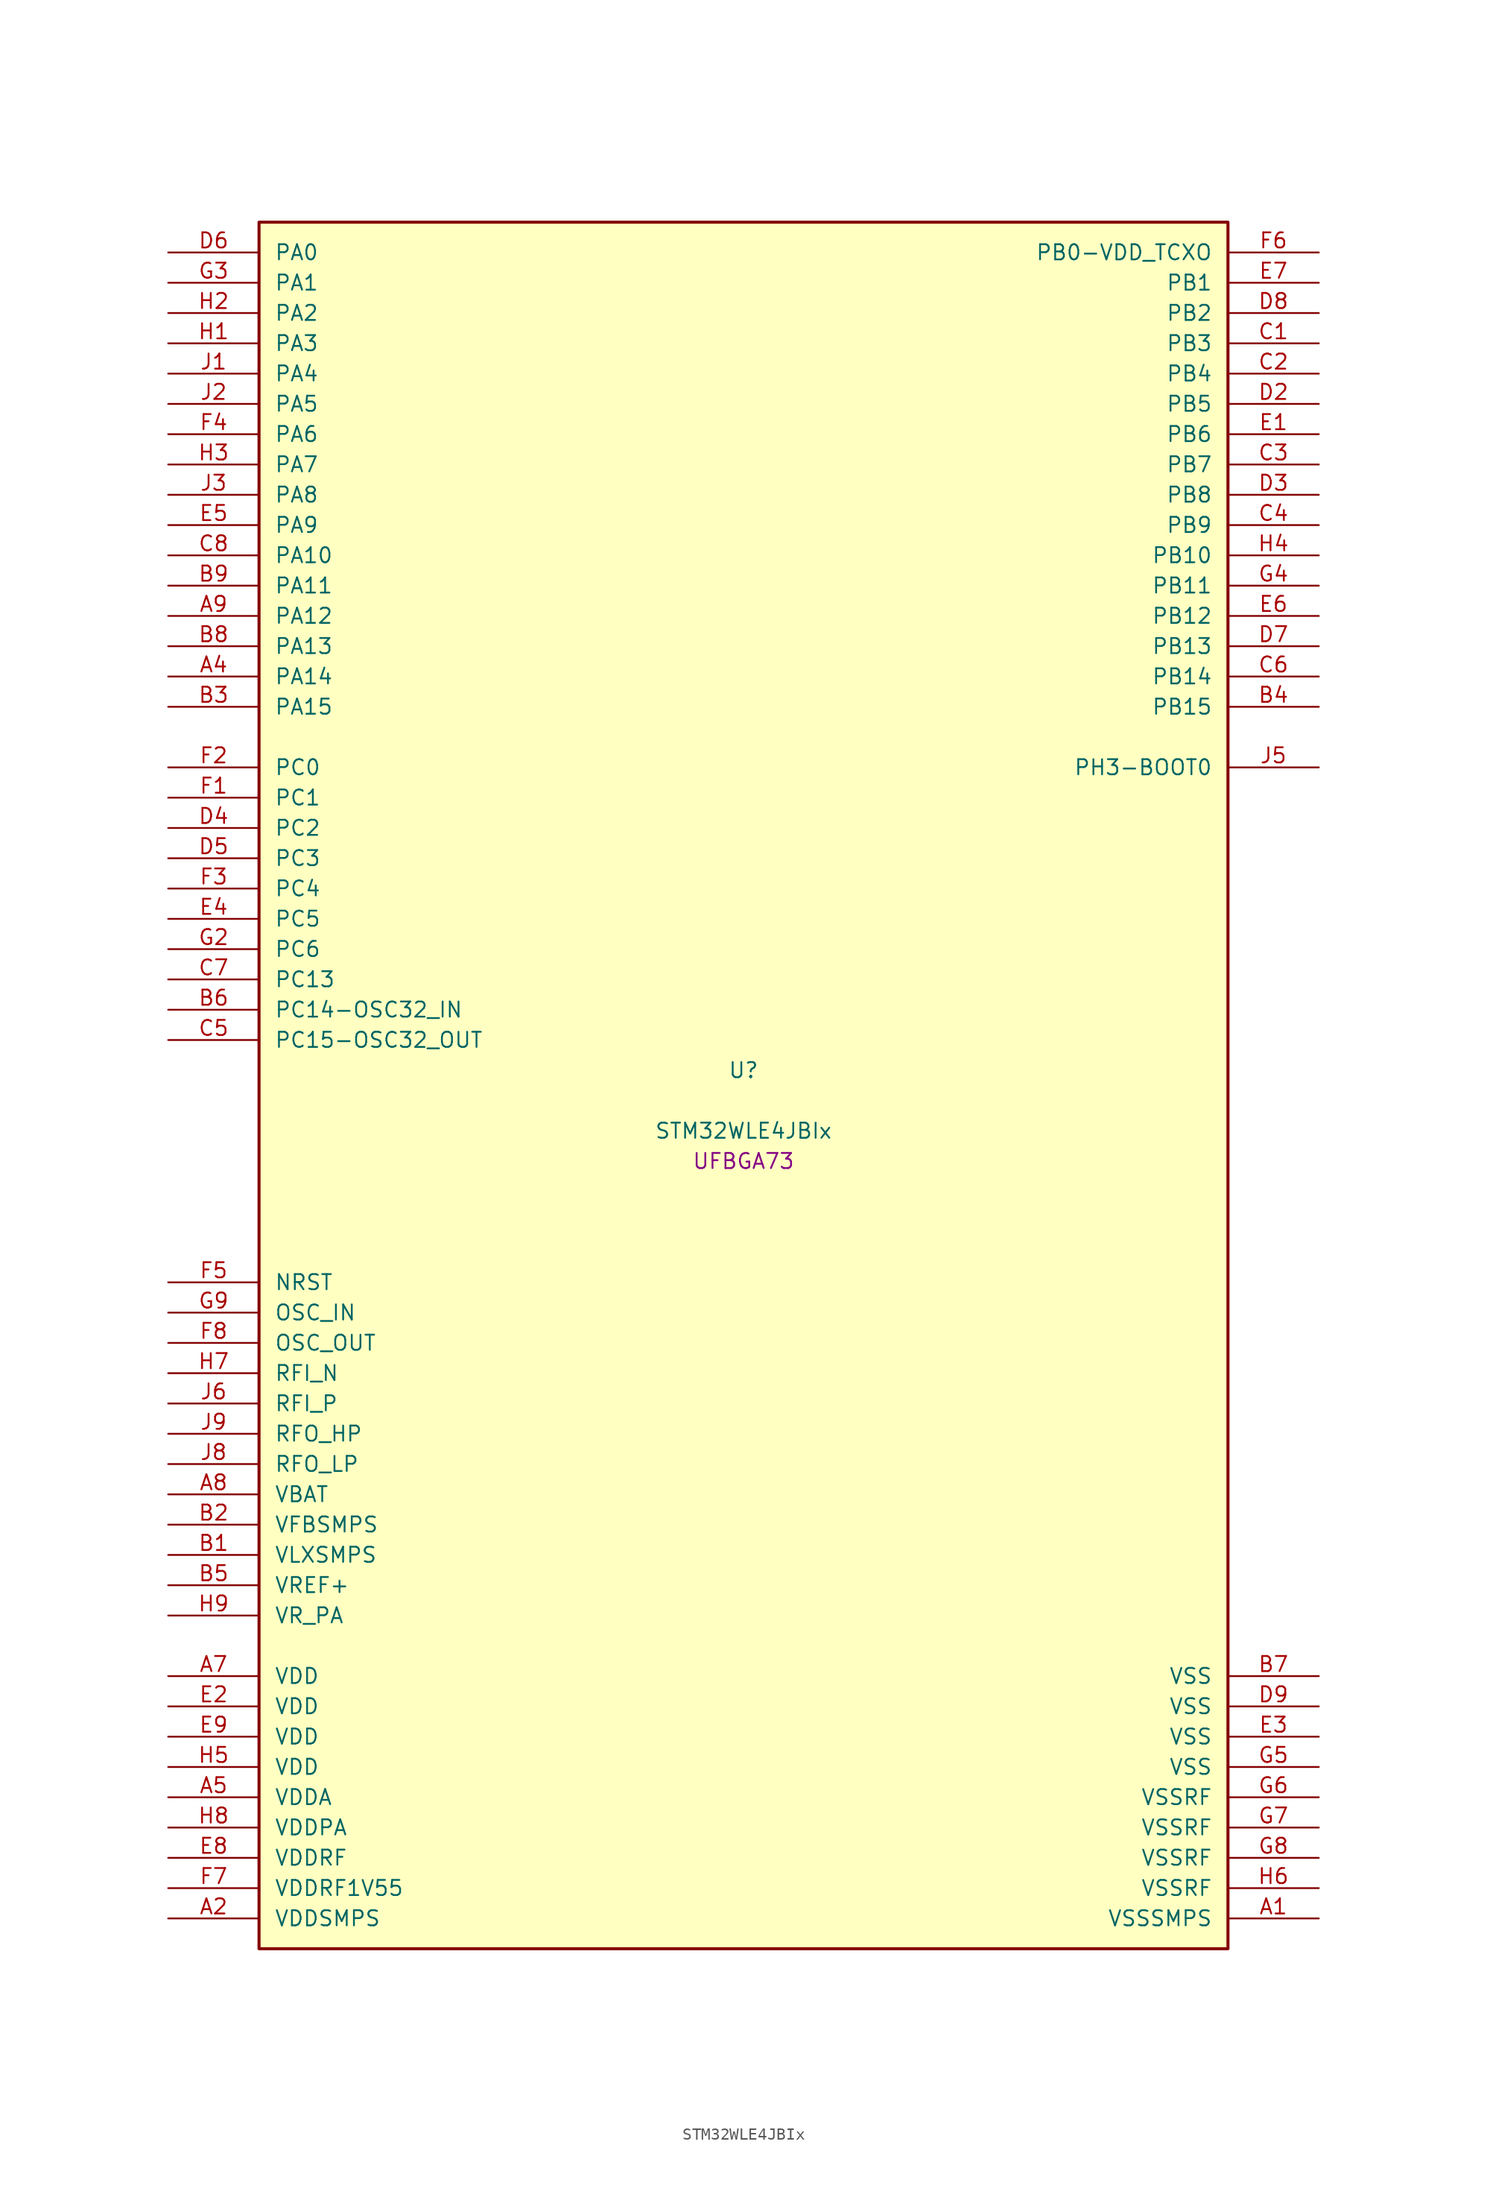
<source format=kicad_sym>
(kicad_symbol_lib
  (version 20241209)
  (generator "stm32_pkl_generator")
  (generator_version "1.0")
  (symbol "STM32WLE4JBIx"
    (pin_names
      (offset 1.27))
    (property "Reference" "U"
      (at 0 2.54 0))
    (property "Value" "STM32WLE4JBIx"
      (at 0 -2.54 0))
    (property "Footprint" "UFBGA73"
      (at 0 -5.08 0))
    (symbol "STM32WLE4JBIx_1_1"
      (rectangle (start -40.64 73.66) (end 40.64 -71.12) (stroke (width 0.254) (type solid)) (fill (type background)))
      (pin bidirectional line (at -48.26 71.12 0) (length 7.62) (name "PA0") (number "D6") (alternate "PA0/COMP1_OUT" bidirectional line) (alternate "PA0/DEBUG_PWR-REGLP1S" bidirectional line) (alternate "PA0/I2C3_SMBA" bidirectional line) (alternate "PA0/I2S_CKIN" bidirectional line) (alternate "PA0/PWR_WKUP1" bidirectional line) (alternate "PA0/RTC_TAMP_IN2" bidirectional line) (alternate "PA0/TIM2_CH1" bidirectional line) (alternate "PA0/TIM2_ETR" bidirectional line) (alternate "PA0/USART2_CTS" bidirectional line) (alternate "PA0/USART2_NSS" bidirectional line))
      (pin bidirectional line (at -48.26 68.58 0) (length 7.62) (name "PA1") (number "G3") (alternate "PA1/DEBUG_PWR-REGLP2S" bidirectional line) (alternate "PA1/I2C1_SMBA" bidirectional line) (alternate "PA1/LPTIM3_OUT" bidirectional line) (alternate "PA1/LPUART1_RTS" bidirectional line) (alternate "PA1/SPI1_SCK" bidirectional line) (alternate "PA1/TIM2_CH2" bidirectional line) (alternate "PA1/USART2_DE" bidirectional line) (alternate "PA1/USART2_RTS" bidirectional line))
      (pin bidirectional line (at -48.26 66.04 0) (length 7.62) (name "PA2") (number "H2") (alternate "PA2/COMP2_OUT" bidirectional line) (alternate "PA2/DEBUG_PWR-LDORDY" bidirectional line) (alternate "PA2/LPUART1_TX" bidirectional line) (alternate "PA2/RCC_LSCO" bidirectional line) (alternate "PA2/TIM2_CH3" bidirectional line) (alternate "PA2/USART2_TX" bidirectional line))
      (pin bidirectional line (at -48.26 63.5 0) (length 7.62) (name "PA3") (number "H1") (alternate "PA3/I2S2_MCK" bidirectional line) (alternate "PA3/LPUART1_RX" bidirectional line) (alternate "PA3/TIM2_CH4" bidirectional line) (alternate "PA3/USART2_RX" bidirectional line))
      (pin bidirectional line (at -48.26 60.96 0) (length 7.62) (name "PA4") (number "J1") (alternate "PA4/DEBUG_SUBGHZSPI-NSSOUT" bidirectional line) (alternate "PA4/LPTIM1_OUT" bidirectional line) (alternate "PA4/LPTIM2_OUT" bidirectional line) (alternate "PA4/RTC_OUT2" bidirectional line) (alternate "PA4/SPI1_NSS" bidirectional line) (alternate "PA4/USART2_CK" bidirectional line))
      (pin bidirectional line (at -48.26 58.42 0) (length 7.62) (name "PA5") (number "J2") (alternate "PA5/DEBUG_SUBGHZSPI-SCKOUT" bidirectional line) (alternate "PA5/LPTIM2_ETR" bidirectional line) (alternate "PA5/SPI1_SCK" bidirectional line) (alternate "PA5/SPI2_MISO" bidirectional line) (alternate "PA5/TIM2_CH1" bidirectional line) (alternate "PA5/TIM2_ETR" bidirectional line))
      (pin bidirectional line (at -48.26 55.88 0) (length 7.62) (name "PA6") (number "F4") (alternate "PA6/DEBUG_SUBGHZSPI-MISOOUT" bidirectional line) (alternate "PA6/I2C2_SMBA" bidirectional line) (alternate "PA6/LPUART1_CTS" bidirectional line) (alternate "PA6/SPI1_MISO" bidirectional line) (alternate "PA6/TIM16_CH1" bidirectional line) (alternate "PA6/TIM1_BKIN" bidirectional line))
      (pin bidirectional line (at -48.26 53.34 0) (length 7.62) (name "PA7") (number "H3") (alternate "PA7/COMP2_OUT" bidirectional line) (alternate "PA7/DEBUG_SUBGHZSPI-MOSIOUT" bidirectional line) (alternate "PA7/I2C3_SCL" bidirectional line) (alternate "PA7/SPI1_MOSI" bidirectional line) (alternate "PA7/TIM17_CH1" bidirectional line) (alternate "PA7/TIM1_CH1N" bidirectional line))
      (pin bidirectional line (at -48.26 50.8 0) (length 7.62) (name "PA8") (number "J3") (alternate "PA8/I2S2_CK" bidirectional line) (alternate "PA8/LPTIM2_OUT" bidirectional line) (alternate "PA8/RCC_MCO" bidirectional line) (alternate "PA8/SPI2_SCK" bidirectional line) (alternate "PA8/TIM1_CH1" bidirectional line) (alternate "PA8/USART1_CK" bidirectional line))
      (pin bidirectional line (at -48.26 48.26 0) (length 7.62) (name "PA9") (number "E5") (alternate "PA9/DAC_EXTI9" bidirectional line) (alternate "PA9/I2C1_SCL" bidirectional line) (alternate "PA9/I2S2_CK" bidirectional line) (alternate "PA9/I2S2_WS" bidirectional line) (alternate "PA9/SPI2_NSS" bidirectional line) (alternate "PA9/SPI2_SCK" bidirectional line) (alternate "PA9/TIM1_CH2" bidirectional line) (alternate "PA9/USART1_TX" bidirectional line))
      (pin bidirectional line (at -48.26 45.72 0) (length 7.62) (name "PA10") (number "C8") (alternate "PA10/ADC_IN6" bidirectional line) (alternate "PA10/COMP1_INM" bidirectional line) (alternate "PA10/COMP2_INM" bidirectional line) (alternate "PA10/DAC_OUT1" bidirectional line) (alternate "PA10/DEBUG_RF-HSE32RDY" bidirectional line) (alternate "PA10/I2C1_SDA" bidirectional line) (alternate "PA10/I2S2_SD" bidirectional line) (alternate "PA10/RTC_REFIN" bidirectional line) (alternate "PA10/SPI2_MOSI" bidirectional line) (alternate "PA10/TIM17_BKIN" bidirectional line) (alternate "PA10/TIM1_CH3" bidirectional line) (alternate "PA10/USART1_RX" bidirectional line))
      (pin bidirectional line (at -48.26 43.18 0) (length 7.62) (name "PA11") (number "B9") (alternate "PA11/ADC_EXTI11" bidirectional line) (alternate "PA11/ADC_IN7" bidirectional line) (alternate "PA11/COMP1_INM" bidirectional line) (alternate "PA11/COMP2_INM" bidirectional line) (alternate "PA11/DEBUG_RF-NRESET" bidirectional line) (alternate "PA11/I2C2_SDA" bidirectional line) (alternate "PA11/LPTIM3_ETR" bidirectional line) (alternate "PA11/SPI1_MISO" bidirectional line) (alternate "PA11/TIM1_BKIN2" bidirectional line) (alternate "PA11/TIM1_CH4" bidirectional line) (alternate "PA11/USART1_CTS" bidirectional line) (alternate "PA11/USART1_NSS" bidirectional line))
      (pin bidirectional line (at -48.26 40.64 0) (length 7.62) (name "PA12") (number "A9") (alternate "PA12/ADC_IN8" bidirectional line) (alternate "PA12/DEBUG_RF-BUSY" bidirectional line) (alternate "PA12/I2C2_SCL" bidirectional line) (alternate "PA12/LPTIM3_IN1" bidirectional line) (alternate "PA12/SPI1_MOSI" bidirectional line) (alternate "PA12/TIM1_ETR" bidirectional line) (alternate "PA12/USART1_DE" bidirectional line) (alternate "PA12/USART1_RTS" bidirectional line))
      (pin bidirectional line (at -48.26 38.1 0) (length 7.62) (name "PA13") (number "B8") (alternate "PA13/ADC_IN9" bidirectional line) (alternate "PA13/DEBUG_JTMS-SWDIO" bidirectional line) (alternate "PA13/I2C2_SMBA" bidirectional line) (alternate "PA13/IR_OUT" bidirectional line))
      (pin bidirectional line (at -48.26 35.56 0) (length 7.62) (name "PA14") (number "A4") (alternate "PA14/ADC_IN10" bidirectional line) (alternate "PA14/DEBUG_JTCK-SWCLK" bidirectional line) (alternate "PA14/I2C1_SMBA" bidirectional line) (alternate "PA14/LPTIM1_OUT" bidirectional line))
      (pin bidirectional line (at -48.26 33.02 0) (length 7.62) (name "PA15") (number "B3") (alternate "PA15/ADC_IN11" bidirectional line) (alternate "PA15/COMP1_INM" bidirectional line) (alternate "PA15/COMP2_INP" bidirectional line) (alternate "PA15/DEBUG_JTDI" bidirectional line) (alternate "PA15/I2C2_SDA" bidirectional line) (alternate "PA15/SPI1_NSS" bidirectional line) (alternate "PA15/TIM2_CH1" bidirectional line) (alternate "PA15/TIM2_ETR" bidirectional line))
      (pin bidirectional line (at 48.26 71.12 180) (length 7.62) (name "PB0-VDD_TCXO") (number "F6") (alternate "PB0-VDD_TCXO/COMP1_OUT" bidirectional line) (alternate "PB0-VDD_TCXO/VDDTCXO" bidirectional line))
      (pin bidirectional line (at 48.26 68.58 180) (length 7.62) (name "PB1") (number "E7") (alternate "PB1/ADC_IN5" bidirectional line) (alternate "PB1/COMP2_INP" bidirectional line) (alternate "PB1/LPTIM2_IN1" bidirectional line) (alternate "PB1/LPUART1_DE" bidirectional line) (alternate "PB1/LPUART1_RTS" bidirectional line))
      (pin bidirectional line (at 48.26 66.04 180) (length 7.62) (name "PB2") (number "D8") (alternate "PB2/ADC_IN4" bidirectional line) (alternate "PB2/COMP1_INP" bidirectional line) (alternate "PB2/COMP2_INM" bidirectional line) (alternate "PB2/DEBUG_RF-SMPSRDY" bidirectional line) (alternate "PB2/I2C3_SMBA" bidirectional line) (alternate "PB2/LPTIM1_OUT" bidirectional line) (alternate "PB2/SPI1_NSS" bidirectional line))
      (pin bidirectional line (at 48.26 63.5 180) (length 7.62) (name "PB3") (number "C1") (alternate "PB3/ADC_IN2" bidirectional line) (alternate "PB3/COMP1_INM" bidirectional line) (alternate "PB3/COMP2_INM" bidirectional line) (alternate "PB3/DEBUG_JTDO-SWO" bidirectional line) (alternate "PB3/DEBUG_RF-DTB1" bidirectional line) (alternate "PB3/PWR_WKUP3" bidirectional line) (alternate "PB3/RTC_TAMP_IN3" bidirectional line) (alternate "PB3/SPI1_SCK" bidirectional line) (alternate "PB3/TIM2_CH2" bidirectional line) (alternate "PB3/USART1_DE" bidirectional line) (alternate "PB3/USART1_RTS" bidirectional line))
      (pin bidirectional line (at 48.26 60.96 180) (length 7.62) (name "PB4") (number "C2") (alternate "PB4/ADC_IN3" bidirectional line) (alternate "PB4/COMP1_INP" bidirectional line) (alternate "PB4/COMP2_INP" bidirectional line) (alternate "PB4/DEBUG_JTRST" bidirectional line) (alternate "PB4/DEBUG_RF-LDORDY" bidirectional line) (alternate "PB4/I2C3_SDA" bidirectional line) (alternate "PB4/SPI1_MISO" bidirectional line) (alternate "PB4/TIM17_BKIN" bidirectional line) (alternate "PB4/USART1_CTS" bidirectional line) (alternate "PB4/USART1_NSS" bidirectional line))
      (pin bidirectional line (at 48.26 58.42 180) (length 7.62) (name "PB5") (number "D2") (alternate "PB5/COMP2_OUT" bidirectional line) (alternate "PB5/I2C1_SMBA" bidirectional line) (alternate "PB5/LPTIM1_IN1" bidirectional line) (alternate "PB5/SPI1_MOSI" bidirectional line) (alternate "PB5/TIM16_BKIN" bidirectional line) (alternate "PB5/USART1_CK" bidirectional line))
      (pin bidirectional line (at 48.26 55.88 180) (length 7.62) (name "PB6") (number "E1") (alternate "PB6/I2C1_SCL" bidirectional line) (alternate "PB6/LPTIM1_ETR" bidirectional line) (alternate "PB6/TIM16_CH1N" bidirectional line) (alternate "PB6/USART1_TX" bidirectional line))
      (pin bidirectional line (at 48.26 53.34 180) (length 7.62) (name "PB7") (number "C3") (alternate "PB7/I2C1_SDA" bidirectional line) (alternate "PB7/LPTIM1_IN2" bidirectional line) (alternate "PB7/PWR_PVD_IN" bidirectional line) (alternate "PB7/TIM17_CH1N" bidirectional line) (alternate "PB7/TIM1_BKIN" bidirectional line) (alternate "PB7/USART1_RX" bidirectional line))
      (pin bidirectional line (at 48.26 50.8 180) (length 7.62) (name "PB8") (number "D3") (alternate "PB8/I2C1_SCL" bidirectional line) (alternate "PB8/TIM16_CH1" bidirectional line) (alternate "PB8/TIM1_CH2N" bidirectional line))
      (pin bidirectional line (at 48.26 48.26 180) (length 7.62) (name "PB9") (number "C4") (alternate "PB9/DAC_EXTI9" bidirectional line) (alternate "PB9/I2C1_SDA" bidirectional line) (alternate "PB9/I2S2_WS" bidirectional line) (alternate "PB9/IR_OUT" bidirectional line) (alternate "PB9/SPI2_NSS" bidirectional line) (alternate "PB9/TIM17_CH1" bidirectional line) (alternate "PB9/TIM1_CH3N" bidirectional line))
      (pin bidirectional line (at 48.26 45.72 180) (length 7.62) (name "PB10") (number "H4") (alternate "PB10/COMP1_OUT" bidirectional line) (alternate "PB10/I2C3_SCL" bidirectional line) (alternate "PB10/I2S2_CK" bidirectional line) (alternate "PB10/LPUART1_RX" bidirectional line) (alternate "PB10/SPI2_SCK" bidirectional line) (alternate "PB10/TIM2_CH3" bidirectional line))
      (pin bidirectional line (at 48.26 43.18 180) (length 7.62) (name "PB11") (number "G4") (alternate "PB11/ADC_EXTI11" bidirectional line) (alternate "PB11/COMP2_OUT" bidirectional line) (alternate "PB11/I2C3_SDA" bidirectional line) (alternate "PB11/LPUART1_TX" bidirectional line) (alternate "PB11/TIM2_CH4" bidirectional line))
      (pin bidirectional line (at 48.26 40.64 180) (length 7.62) (name "PB12") (number "E6") (alternate "PB12/I2C3_SMBA" bidirectional line) (alternate "PB12/I2S2_WS" bidirectional line) (alternate "PB12/LPUART1_RTS" bidirectional line) (alternate "PB12/SPI2_NSS" bidirectional line) (alternate "PB12/TIM1_BKIN" bidirectional line))
      (pin bidirectional line (at 48.26 38.1 180) (length 7.62) (name "PB13") (number "D7") (alternate "PB13/ADC_IN0" bidirectional line) (alternate "PB13/I2C3_SCL" bidirectional line) (alternate "PB13/I2S2_CK" bidirectional line) (alternate "PB13/LPUART1_CTS" bidirectional line) (alternate "PB13/SPI2_SCK" bidirectional line) (alternate "PB13/TIM1_CH1N" bidirectional line))
      (pin bidirectional line (at 48.26 35.56 180) (length 7.62) (name "PB14") (number "C6") (alternate "PB14/ADC_IN1" bidirectional line) (alternate "PB14/I2C3_SDA" bidirectional line) (alternate "PB14/I2S2_MCK" bidirectional line) (alternate "PB14/SPI2_MISO" bidirectional line) (alternate "PB14/TIM1_CH2N" bidirectional line))
      (pin bidirectional line (at 48.26 33.02 180) (length 7.62) (name "PB15") (number "B4") (alternate "PB15/I2C2_SCL" bidirectional line) (alternate "PB15/I2S2_SD" bidirectional line) (alternate "PB15/SPI2_MOSI" bidirectional line) (alternate "PB15/TIM1_CH3N" bidirectional line))
      (pin bidirectional line (at -48.26 27.94 0) (length 7.62) (name "PC0") (number "F2") (alternate "PC0/I2C3_SCL" bidirectional line) (alternate "PC0/LPTIM1_IN1" bidirectional line) (alternate "PC0/LPTIM2_IN1" bidirectional line) (alternate "PC0/LPUART1_RX" bidirectional line))
      (pin bidirectional line (at -48.26 25.4 0) (length 7.62) (name "PC1") (number "F1") (alternate "PC1/I2C3_SDA" bidirectional line) (alternate "PC1/I2S2_SD" bidirectional line) (alternate "PC1/LPTIM1_OUT" bidirectional line) (alternate "PC1/LPUART1_TX" bidirectional line) (alternate "PC1/SPI2_MOSI" bidirectional line))
      (pin bidirectional line (at -48.26 22.86 0) (length 7.62) (name "PC2") (number "D4") (alternate "PC2/LPTIM1_IN2" bidirectional line) (alternate "PC2/SPI2_MISO" bidirectional line))
      (pin bidirectional line (at -48.26 20.32 0) (length 7.62) (name "PC3") (number "D5") (alternate "PC3/I2S2_SD" bidirectional line) (alternate "PC3/LPTIM1_ETR" bidirectional line) (alternate "PC3/LPTIM2_ETR" bidirectional line) (alternate "PC3/SPI2_MOSI" bidirectional line))
      (pin bidirectional line (at -48.26 17.78 0) (length 7.62) (name "PC4") (number "F3"))
      (pin bidirectional line (at -48.26 15.24 0) (length 7.62) (name "PC5") (number "E4"))
      (pin bidirectional line (at -48.26 12.7 0) (length 7.62) (name "PC6") (number "G2") (alternate "PC6/I2S2_MCK" bidirectional line))
      (pin bidirectional line (at -48.26 10.16 0) (length 7.62) (name "PC13") (number "C7") (alternate "PC13/PWR_WKUP2" bidirectional line) (alternate "PC13/RTC_OUT1" bidirectional line) (alternate "PC13/RTC_TAMP_IN1" bidirectional line) (alternate "PC13/RTC_TS" bidirectional line))
      (pin bidirectional line (at -48.26 7.62 0) (length 7.62) (name "PC14-OSC32_IN") (number "B6") (alternate "PC14-OSC32_IN/RCC_OSC32_IN" bidirectional line))
      (pin bidirectional line (at -48.26 5.08 0) (length 7.62) (name "PC15-OSC32_OUT") (number "C5") (alternate "PC15-OSC32_OUT/RCC_OSC32_OUT" bidirectional line))
      (pin bidirectional line (at 48.26 27.94 180) (length 7.62) (name "PH3-BOOT0") (number "J5"))
      (pin input line (at -48.26 -15.24 0) (length 7.62) (name "NRST") (number "F5"))
      (pin bidirectional line (at -48.26 -17.78 0) (length 7.62) (name "OSC_IN") (number "G9") (alternate "OSC_IN/RCC_OSC_IN" bidirectional line))
      (pin bidirectional line (at -48.26 -20.32 0) (length 7.62) (name "OSC_OUT") (number "F8") (alternate "OSC_OUT/RCC_OSC_OUT" bidirectional line))
      (pin bidirectional line (at -48.26 -22.86 0) (length 7.62) (name "RFI_N") (number "H7"))
      (pin bidirectional line (at -48.26 -25.4 0) (length 7.62) (name "RFI_P") (number "J6"))
      (pin bidirectional line (at -48.26 -27.94 0) (length 7.62) (name "RFO_HP") (number "J9"))
      (pin bidirectional line (at -48.26 -30.48 0) (length 7.62) (name "RFO_LP") (number "J8"))
      (pin power_in line (at -48.26 -33.02 0) (length 7.62) (name "VBAT") (number "A8"))
      (pin power_in line (at -48.26 -35.56 0) (length 7.62) (name "VFBSMPS") (number "B2"))
      (pin power_in line (at -48.26 -38.1 0) (length 7.62) (name "VLXSMPS") (number "B1"))
      (pin bidirectional line (at -48.26 -40.64 0) (length 7.62) (name "VREF+") (number "B5") (alternate "VREF+/VREFBUF_OUT" bidirectional line))
      (pin power_in line (at -48.26 -43.18 0) (length 7.62) (name "VR_PA") (number "H9"))
      (pin power_in line (at -48.26 -48.26 0) (length 7.62) (name "VDD") (number "A7"))
      (pin power_in line (at -48.26 -50.8 0) (length 7.62) (name "VDD") (number "E2"))
      (pin power_in line (at -48.26 -53.34 0) (length 7.62) (name "VDD") (number "E9"))
      (pin power_in line (at -48.26 -55.88 0) (length 7.62) (name "VDD") (number "H5"))
      (pin power_in line (at -48.26 -58.42 0) (length 7.62) (name "VDDA") (number "A5"))
      (pin power_in line (at -48.26 -60.96 0) (length 7.62) (name "VDDPA") (number "H8"))
      (pin power_in line (at -48.26 -63.5 0) (length 7.62) (name "VDDRF") (number "E8"))
      (pin power_in line (at -48.26 -66.04 0) (length 7.62) (name "VDDRF1V55") (number "F7"))
      (pin power_in line (at -48.26 -68.58 0) (length 7.62) (name "VDDSMPS") (number "A2"))
      (pin power_in line (at 48.26 -48.26 180) (length 7.62) (name "VSS") (number "B7"))
      (pin power_in line (at 48.26 -50.8 180) (length 7.62) (name "VSS") (number "D9"))
      (pin power_in line (at 48.26 -53.34 180) (length 7.62) (name "VSS") (number "E3"))
      (pin power_in line (at 48.26 -55.88 180) (length 7.62) (name "VSS") (number "G5"))
      (pin power_in line (at 48.26 -58.42 180) (length 7.62) (name "VSSRF") (number "G6"))
      (pin power_in line (at 48.26 -60.96 180) (length 7.62) (name "VSSRF") (number "G7"))
      (pin power_in line (at 48.26 -63.5 180) (length 7.62) (name "VSSRF") (number "G8"))
      (pin power_in line (at 48.26 -66.04 180) (length 7.62) (name "VSSRF") (number "H6"))
      (pin power_in line (at 48.26 -68.58 180) (length 7.62) (name "VSSSMPS") (number "A1")))))
</source>
